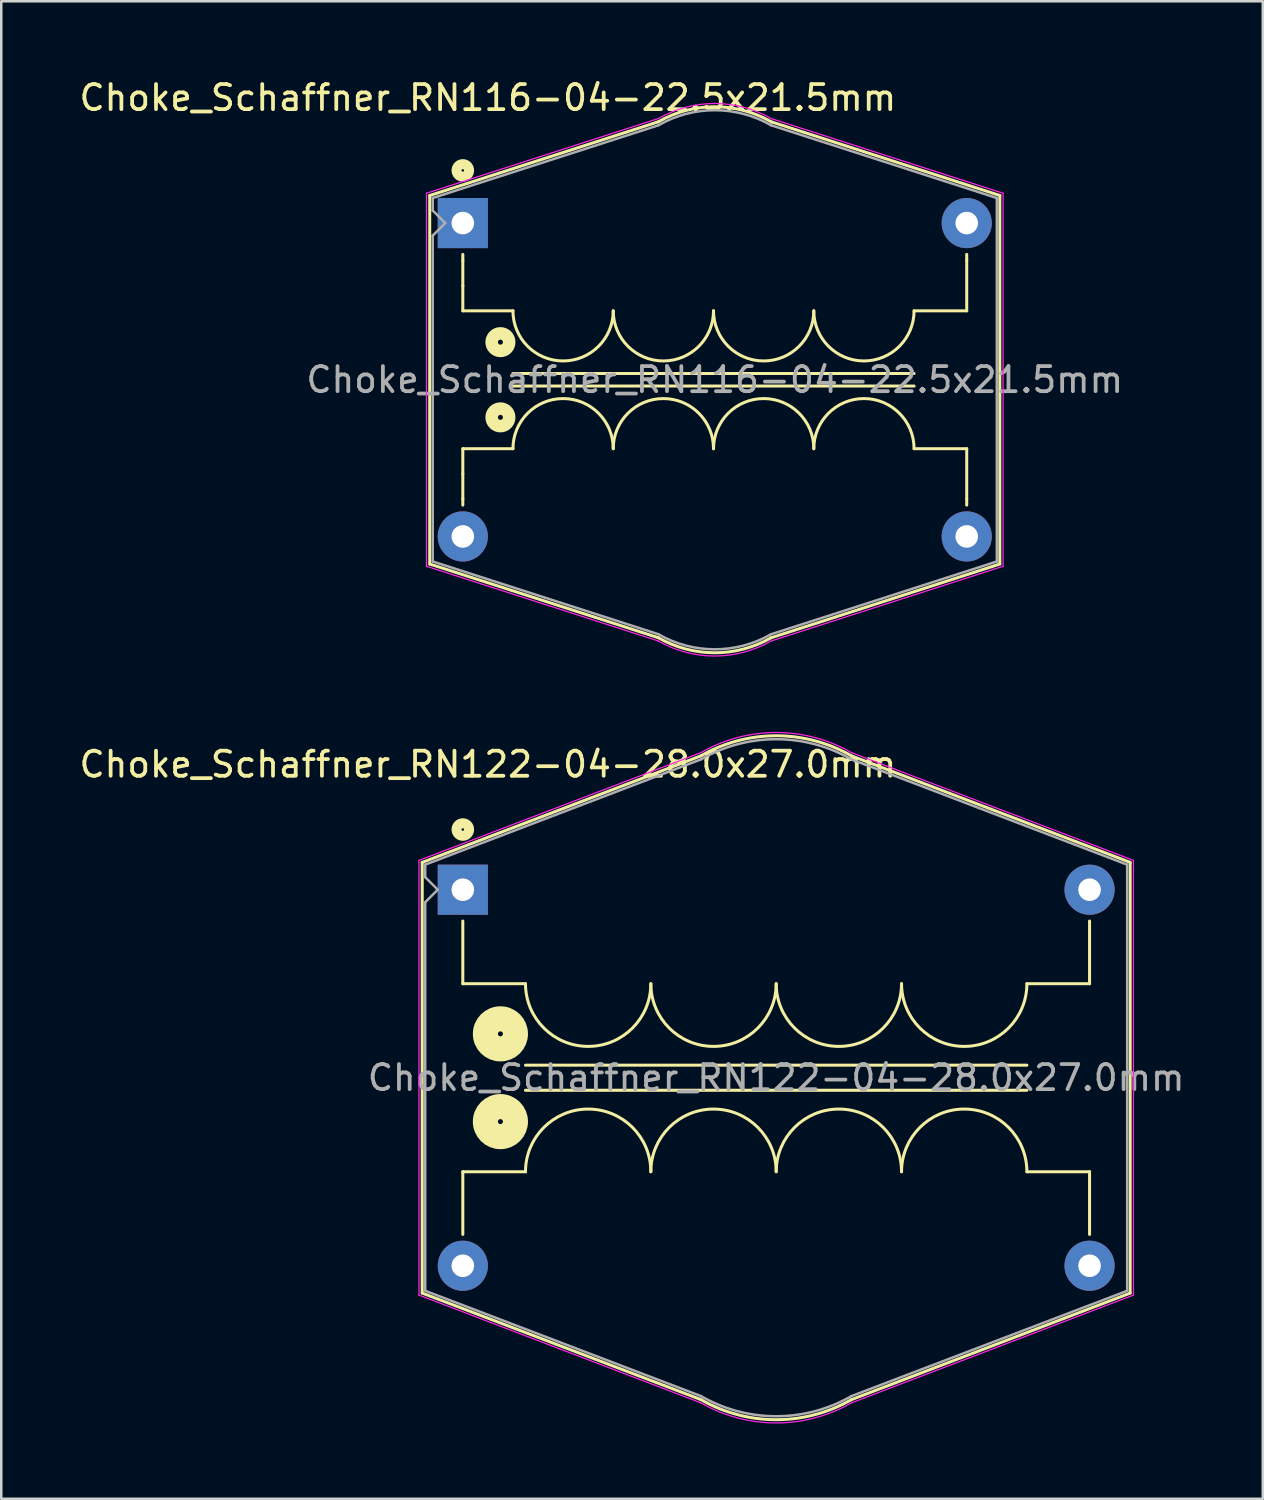
<source format=kicad_pcb>
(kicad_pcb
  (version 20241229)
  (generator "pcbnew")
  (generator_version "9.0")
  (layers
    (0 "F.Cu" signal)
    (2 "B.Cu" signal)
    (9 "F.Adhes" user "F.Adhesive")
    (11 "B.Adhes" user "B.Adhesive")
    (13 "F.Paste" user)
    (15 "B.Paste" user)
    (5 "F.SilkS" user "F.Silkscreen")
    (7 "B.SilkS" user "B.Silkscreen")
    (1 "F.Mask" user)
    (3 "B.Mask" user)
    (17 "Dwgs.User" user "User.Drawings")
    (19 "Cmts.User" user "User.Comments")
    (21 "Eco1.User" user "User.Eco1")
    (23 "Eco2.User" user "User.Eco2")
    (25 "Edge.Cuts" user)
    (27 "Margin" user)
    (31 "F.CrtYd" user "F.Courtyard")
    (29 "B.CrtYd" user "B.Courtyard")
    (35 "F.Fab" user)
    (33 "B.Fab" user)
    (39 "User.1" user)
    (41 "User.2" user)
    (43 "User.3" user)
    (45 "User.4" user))
  (footprint "Choke_Schaffner_RN116-04-22.5x21.5mm"
    (layer "F.Cu")
    (at 15.411 5.848)
    (property "Reference" "Choke_Schaffner_RN116-04-22.5x21.5mm" (at 1 -5 0) (layer "F.SilkS") (effects (font (size 1 1) (thickness 0.15))))
    (attr through_hole)
    (fp_line (start -1.32 -1.1) (end 7.8 -4.04) (stroke (width 0.12) (type solid)) (layer "F.SilkS"))
    (fp_line (start -1.32 13.6) (end -1.32 -1.1) (stroke (width 0.12) (type solid)) (layer "F.SilkS"))
    (fp_line (start 0 1.5) (end 0 1.25) (stroke (width 0.12) (type solid)) (layer "F.SilkS"))
    (fp_line (start 0 2.5) (end 0 1.5) (stroke (width 0.12) (type solid)) (layer "F.SilkS"))
    (fp_line (start 0 3.5) (end 0 2.5) (stroke (width 0.12) (type solid)) (layer "F.SilkS"))
    (fp_line (start 0 9) (end 0 10) (stroke (width 0.12) (type solid)) (layer "F.SilkS"))
    (fp_line (start 0 10) (end 0 11) (stroke (width 0.12) (type solid)) (layer "F.SilkS"))
    (fp_line (start 0 11) (end 0 11.25) (stroke (width 0.12) (type solid)) (layer "F.SilkS"))
    (fp_line (start 2 3.5) (end 0 3.5) (stroke (width 0.12) (type solid)) (layer "F.SilkS"))
    (fp_line (start 2 6) (end 18 6) (stroke (width 0.12) (type solid)) (layer "F.SilkS"))
    (fp_line (start 2 9) (end 0 9) (stroke (width 0.12) (type solid)) (layer "F.SilkS"))
    (fp_line (start 7.8 16.54) (end -1.32 13.6) (stroke (width 0.12) (type solid)) (layer "F.SilkS"))
    (fp_line (start 12.3 -4.04) (end 21.42 -1.1) (stroke (width 0.12) (type solid)) (layer "F.SilkS"))
    (fp_line (start 18 3.5) (end 20.1 3.5) (stroke (width 0.12) (type solid)) (layer "F.SilkS"))
    (fp_line (start 18 6.5) (end 2 6.5) (stroke (width 0.12) (type solid)) (layer "F.SilkS"))
    (fp_line (start 20.1 1.5) (end 20.1 1.25) (stroke (width 0.12) (type solid)) (layer "F.SilkS"))
    (fp_line (start 20.1 3.5) (end 20.1 1.5) (stroke (width 0.12) (type solid)) (layer "F.SilkS"))
    (fp_line (start 20.1 9) (end 18 9) (stroke (width 0.12) (type solid)) (layer "F.SilkS"))
    (fp_line (start 20.1 9) (end 20.1 11) (stroke (width 0.12) (type solid)) (layer "F.SilkS"))
    (fp_line (start 20.1 11) (end 20.1 11.25) (stroke (width 0.12) (type solid)) (layer "F.SilkS"))
    (fp_line (start 21.42 -1.1) (end 21.42 13.6) (stroke (width 0.12) (type solid)) (layer "F.SilkS"))
    (fp_line (start 21.42 13.6) (end 12.3 16.54) (stroke (width 0.12) (type solid)) (layer "F.SilkS"))
    (fp_arc (start 2 9) (mid 4 7) (end 6 9) (stroke (width 0.12) (type solid)) (layer "F.SilkS"))
    (fp_arc (start 6 3.5) (mid 4 5.5) (end 2 3.5) (stroke (width 0.12) (type solid)) (layer "F.SilkS"))
    (fp_arc (start 6 9) (mid 8 7) (end 10 9) (stroke (width 0.12) (type solid)) (layer "F.SilkS"))
    (fp_arc (start 7.8 -4.04) (mid 10.061443 -4.63982) (end 12.31982 -4.028557) (stroke (width 0.12) (type solid)) (layer "F.SilkS"))
    (fp_arc (start 10 3.5) (mid 8 5.5) (end 6 3.5) (stroke (width 0.12) (type solid)) (layer "F.SilkS"))
    (fp_arc (start 10 9) (mid 12 7) (end 14 9) (stroke (width 0.12) (type solid)) (layer "F.SilkS"))
    (fp_arc (start 12.3 16.54) (mid 10.038557 17.13982) (end 7.78018 16.528557) (stroke (width 0.12) (type solid)) (layer "F.SilkS"))
    (fp_arc (start 14 3.5) (mid 12 5.5) (end 10 3.5) (stroke (width 0.12) (type solid)) (layer "F.SilkS"))
    (fp_arc (start 14 9) (mid 16 7) (end 18 9) (stroke (width 0.12) (type solid)) (layer "F.SilkS"))
    (fp_arc (start 18 3.5) (mid 16 5.5) (end 14 3.5) (stroke (width 0.12) (type solid)) (layer "F.SilkS"))
    (fp_circle (center 0 -2.1) (end 0.05 -2.1) (stroke (width 0.4) (type solid)) (fill no) (layer "F.SilkS"))
    (fp_circle (center 1.5 4.75) (end 1.6 4.75) (stroke (width 0.5) (type solid)) (fill no) (layer "F.SilkS"))
    (fp_circle (center 1.5 7.75) (end 1.6 7.75) (stroke (width 0.5) (type solid)) (fill no) (layer "F.SilkS"))
    (fp_line (start -1.45 -1.19) (end 7.8 -4.17) (stroke (width 0.05) (type solid)) (layer "F.CrtYd"))
    (fp_line (start -1.45 13.69) (end -1.45 -1.19) (stroke (width 0.05) (type solid)) (layer "F.CrtYd"))
    (fp_line (start 7.8 16.67) (end -1.45 13.69) (stroke (width 0.05) (type solid)) (layer "F.CrtYd"))
    (fp_line (start 12.3 -4.17) (end 21.55 -1.19) (stroke (width 0.05) (type solid)) (layer "F.CrtYd"))
    (fp_line (start 21.55 -1.19) (end 21.55 13.69) (stroke (width 0.05) (type solid)) (layer "F.CrtYd"))
    (fp_line (start 21.55 13.69) (end 12.3 16.67) (stroke (width 0.05) (type solid)) (layer "F.CrtYd"))
    (fp_arc (start 7.8 -4.17) (mid 10.061443 -4.76982) (end 12.31982 -4.158557) (stroke (width 0.05) (type solid)) (layer "F.CrtYd"))
    (fp_arc (start 12.3 16.67) (mid 10.038557 17.26982) (end 7.78018 16.658557) (stroke (width 0.05) (type solid)) (layer "F.CrtYd"))
    (fp_line (start -1.2 -1) (end 7.8 -3.9) (stroke (width 0.1) (type solid)) (layer "F.Fab"))
    (fp_line (start -1.2 -0.5) (end -1.2 -1) (stroke (width 0.1) (type solid)) (layer "F.Fab"))
    (fp_line (start -1.2 0.5) (end -0.7 0) (stroke (width 0.1) (type solid)) (layer "F.Fab"))
    (fp_line (start -1.2 13.5) (end -1.2 0.5) (stroke (width 0.1) (type solid)) (layer "F.Fab"))
    (fp_line (start -0.7 0) (end -1.2 -0.5) (stroke (width 0.1) (type solid)) (layer "F.Fab"))
    (fp_line (start 7.8 16.4) (end -1.2 13.5) (stroke (width 0.1) (type solid)) (layer "F.Fab"))
    (fp_line (start 12.3 -3.9) (end 21.3 -1) (stroke (width 0.1) (type solid)) (layer "F.Fab"))
    (fp_line (start 21.3 -1) (end 21.3 13.5) (stroke (width 0.1) (type solid)) (layer "F.Fab"))
    (fp_line (start 21.3 13.5) (end 12.3 16.4) (stroke (width 0.1) (type solid)) (layer "F.Fab"))
    (fp_arc (start 7.8 -3.9) (mid 10.051443 -4.502499) (end 12.302499 -3.898557) (stroke (width 0.1) (type solid)) (layer "F.Fab"))
    (fp_arc (start 12.3 16.4) (mid 10.048557 17.002499) (end 7.797501 16.398557) (stroke (width 0.1) (type solid)) (layer "F.Fab"))
    (fp_text user "${REFERENCE}" (at 10.05 6.25 0) (layer "F.Fab") (effects (font (size 1 1) (thickness 0.15))))
    (pad "1" thru_hole rect (at 0 0) (size 2 2) (drill 0.9) (layers "*.Cu" "*.Mask"))
    (pad "2" thru_hole circle (at 20.1 0) (size 2 2) (drill 0.9) (layers "*.Cu" "*.Mask"))
    (pad "3" thru_hole circle (at 0 12.5) (size 2 2) (drill 0.9) (layers "*.Cu" "*.Mask"))
    (pad "4" thru_hole circle (at 20.1 12.5) (size 2 2) (drill 0.9) (layers "*.Cu" "*.Mask")))
  (footprint "Choke_Schaffner_RN122-04-28.0x27.0mm"
    (layer "F.Cu")
    (at 15.411 32.439)
    (property "Reference" "Choke_Schaffner_RN122-04-28.0x27.0mm" (at 1 -5 0) (layer "F.SilkS") (effects (font (size 1 1) (thickness 0.15))))
    (attr through_hole)
    (fp_line (start -1.62 -1.09) (end 9.5 -5.34) (stroke (width 0.12) (type solid)) (layer "F.SilkS"))
    (fp_line (start -1.62 16.09) (end -1.62 -1.09) (stroke (width 0.12) (type solid)) (layer "F.SilkS"))
    (fp_line (start 0 3.75) (end 0 1.25) (stroke (width 0.12) (type solid)) (layer "F.SilkS"))
    (fp_line (start 0 3.75) (end 2.5 3.75) (stroke (width 0.12) (type solid)) (layer "F.SilkS"))
    (fp_line (start 0 11.25) (end 0 13.75) (stroke (width 0.12) (type solid)) (layer "F.SilkS"))
    (fp_line (start 2.5 7) (end 22.5 7) (stroke (width 0.12) (type solid)) (layer "F.SilkS"))
    (fp_line (start 2.5 11.25) (end 0 11.25) (stroke (width 0.12) (type solid)) (layer "F.SilkS"))
    (fp_line (start 9.5 20.34) (end -1.62 16.09) (stroke (width 0.12) (type solid)) (layer "F.SilkS"))
    (fp_line (start 15.5 -5.34) (end 26.62 -1.09) (stroke (width 0.12) (type solid)) (layer "F.SilkS"))
    (fp_line (start 22.5 3.75) (end 25 3.75) (stroke (width 0.12) (type solid)) (layer "F.SilkS"))
    (fp_line (start 22.5 8) (end 2.5 8) (stroke (width 0.12) (type solid)) (layer "F.SilkS"))
    (fp_line (start 25 3.75) (end 25 1.25) (stroke (width 0.12) (type solid)) (layer "F.SilkS"))
    (fp_line (start 25 11.25) (end 22.5 11.25) (stroke (width 0.12) (type solid)) (layer "F.SilkS"))
    (fp_line (start 25 11.25) (end 25 13.75) (stroke (width 0.12) (type solid)) (layer "F.SilkS"))
    (fp_line (start 26.62 -1.09) (end 26.62 16.09) (stroke (width 0.12) (type solid)) (layer "F.SilkS"))
    (fp_line (start 26.62 16.09) (end 15.5 20.34) (stroke (width 0.12) (type solid)) (layer "F.SilkS"))
    (fp_arc (start 2.5 11.25) (mid 5 8.75) (end 7.5 11.25) (stroke (width 0.12) (type solid)) (layer "F.SilkS"))
    (fp_arc (start 7.5 3.75) (mid 5 6.25) (end 2.5 3.75) (stroke (width 0.12) (type solid)) (layer "F.SilkS"))
    (fp_arc (start 7.5 11.25) (mid 10 8.75) (end 12.5 11.25) (stroke (width 0.12) (type solid)) (layer "F.SilkS"))
    (fp_arc (start 9.5 -5.34) (mid 12.511924 -6.140653) (end 15.520653 -5.328076) (stroke (width 0.12) (type solid)) (layer "F.SilkS"))
    (fp_arc (start 12.5 3.75) (mid 10 6.25) (end 7.5 3.75) (stroke (width 0.12) (type solid)) (layer "F.SilkS"))
    (fp_arc (start 12.5 11.25) (mid 15 8.75) (end 17.5 11.25) (stroke (width 0.12) (type solid)) (layer "F.SilkS"))
    (fp_arc (start 15.5 20.34) (mid 12.488076 21.140653) (end 9.479347 20.328076) (stroke (width 0.12) (type solid)) (layer "F.SilkS"))
    (fp_arc (start 17.5 3.75) (mid 15 6.25) (end 12.5 3.75) (stroke (width 0.12) (type solid)) (layer "F.SilkS"))
    (fp_arc (start 17.5 11.25) (mid 20 8.75) (end 22.5 11.25) (stroke (width 0.12) (type solid)) (layer "F.SilkS"))
    (fp_arc (start 22.5 3.75) (mid 20 6.25) (end 17.5 3.75) (stroke (width 0.12) (type solid)) (layer "F.SilkS"))
    (fp_circle (center 0 -2.4) (end 0.05 -2.4) (stroke (width 0.4) (type solid)) (fill no) (layer "F.SilkS"))
    (fp_circle (center 1.5 5.75) (end 1.6 5.75) (stroke (width 1) (type solid)) (fill no) (layer "F.SilkS"))
    (fp_circle (center 1.5 9.25) (end 1.6 9.25) (stroke (width 1) (type solid)) (fill no) (layer "F.SilkS"))
    (fp_line (start -1.75 -1.17) (end 9.5 -5.47) (stroke (width 0.05) (type solid)) (layer "F.CrtYd"))
    (fp_line (start -1.75 16.17) (end -1.75 -1.17) (stroke (width 0.05) (type solid)) (layer "F.CrtYd"))
    (fp_line (start 9.5 20.47) (end -1.75 16.17) (stroke (width 0.05) (type solid)) (layer "F.CrtYd"))
    (fp_line (start 15.5 -5.47) (end 26.75 -1.17) (stroke (width 0.05) (type solid)) (layer "F.CrtYd"))
    (fp_line (start 26.75 -1.17) (end 26.75 16.17) (stroke (width 0.05) (type solid)) (layer "F.CrtYd"))
    (fp_line (start 26.75 16.17) (end 15.5 20.47) (stroke (width 0.05) (type solid)) (layer "F.CrtYd"))
    (fp_arc (start 9.5 -5.47) (mid 12.511924 -6.270653) (end 15.520653 -5.458076) (stroke (width 0.05) (type solid)) (layer "F.CrtYd"))
    (fp_arc (start 15.5 20.47) (mid 12.488076 21.270653) (end 9.479347 20.458076) (stroke (width 0.05) (type solid)) (layer "F.CrtYd"))
    (fp_line (start -1.5 -1) (end 9.5 -5.2) (stroke (width 0.1) (type solid)) (layer "F.Fab"))
    (fp_line (start -1.5 -0.5) (end -1.5 -1) (stroke (width 0.1) (type solid)) (layer "F.Fab"))
    (fp_line (start -1.5 0.5) (end -1 0) (stroke (width 0.1) (type solid)) (layer "F.Fab"))
    (fp_line (start -1.5 16) (end -1.5 0.5) (stroke (width 0.1) (type solid)) (layer "F.Fab"))
    (fp_line (start -1 0) (end -1.5 -0.5) (stroke (width 0.1) (type solid)) (layer "F.Fab"))
    (fp_line (start 9.5 20.2) (end -1.5 16) (stroke (width 0.1) (type solid)) (layer "F.Fab"))
    (fp_line (start 15.5 -5.2) (end 26.5 -1) (stroke (width 0.1) (type solid)) (layer "F.Fab"))
    (fp_line (start 26.5 -1) (end 26.5 16) (stroke (width 0.1) (type solid)) (layer "F.Fab"))
    (fp_line (start 26.5 16) (end 15.5 20.2) (stroke (width 0.1) (type solid)) (layer "F.Fab"))
    (fp_arc (start 9.5 -5.2) (mid 12.501924 -6.003332) (end 15.503332 -5.198076) (stroke (width 0.1) (type solid)) (layer "F.Fab"))
    (fp_arc (start 15.5 20.2) (mid 12.498076 21.003332) (end 9.496668 20.198076) (stroke (width 0.1) (type solid)) (layer "F.Fab"))
    (fp_text user "${REFERENCE}" (at 12.5 7.5 0) (layer "F.Fab") (effects (font (size 1 1) (thickness 0.15))))
    (pad "1" thru_hole rect (at 0 0) (size 2 2) (drill 0.9) (layers "*.Cu" "*.Mask"))
    (pad "2" thru_hole circle (at 25 0) (size 2 2) (drill 0.9) (layers "*.Cu" "*.Mask"))
    (pad "3" thru_hole circle (at 0 15) (size 2 2) (drill 0.9) (layers "*.Cu" "*.Mask"))
    (pad "4" thru_hole circle (at 25 15) (size 2 2) (drill 0.9) (layers "*.Cu" "*.Mask")))
  (gr_rect
    (start -3 -3)
    (end 47.321 56.734)
    (stroke (width 0.1) (type default))
    (fill no)
    (layer "Edge.Cuts")))
</source>
